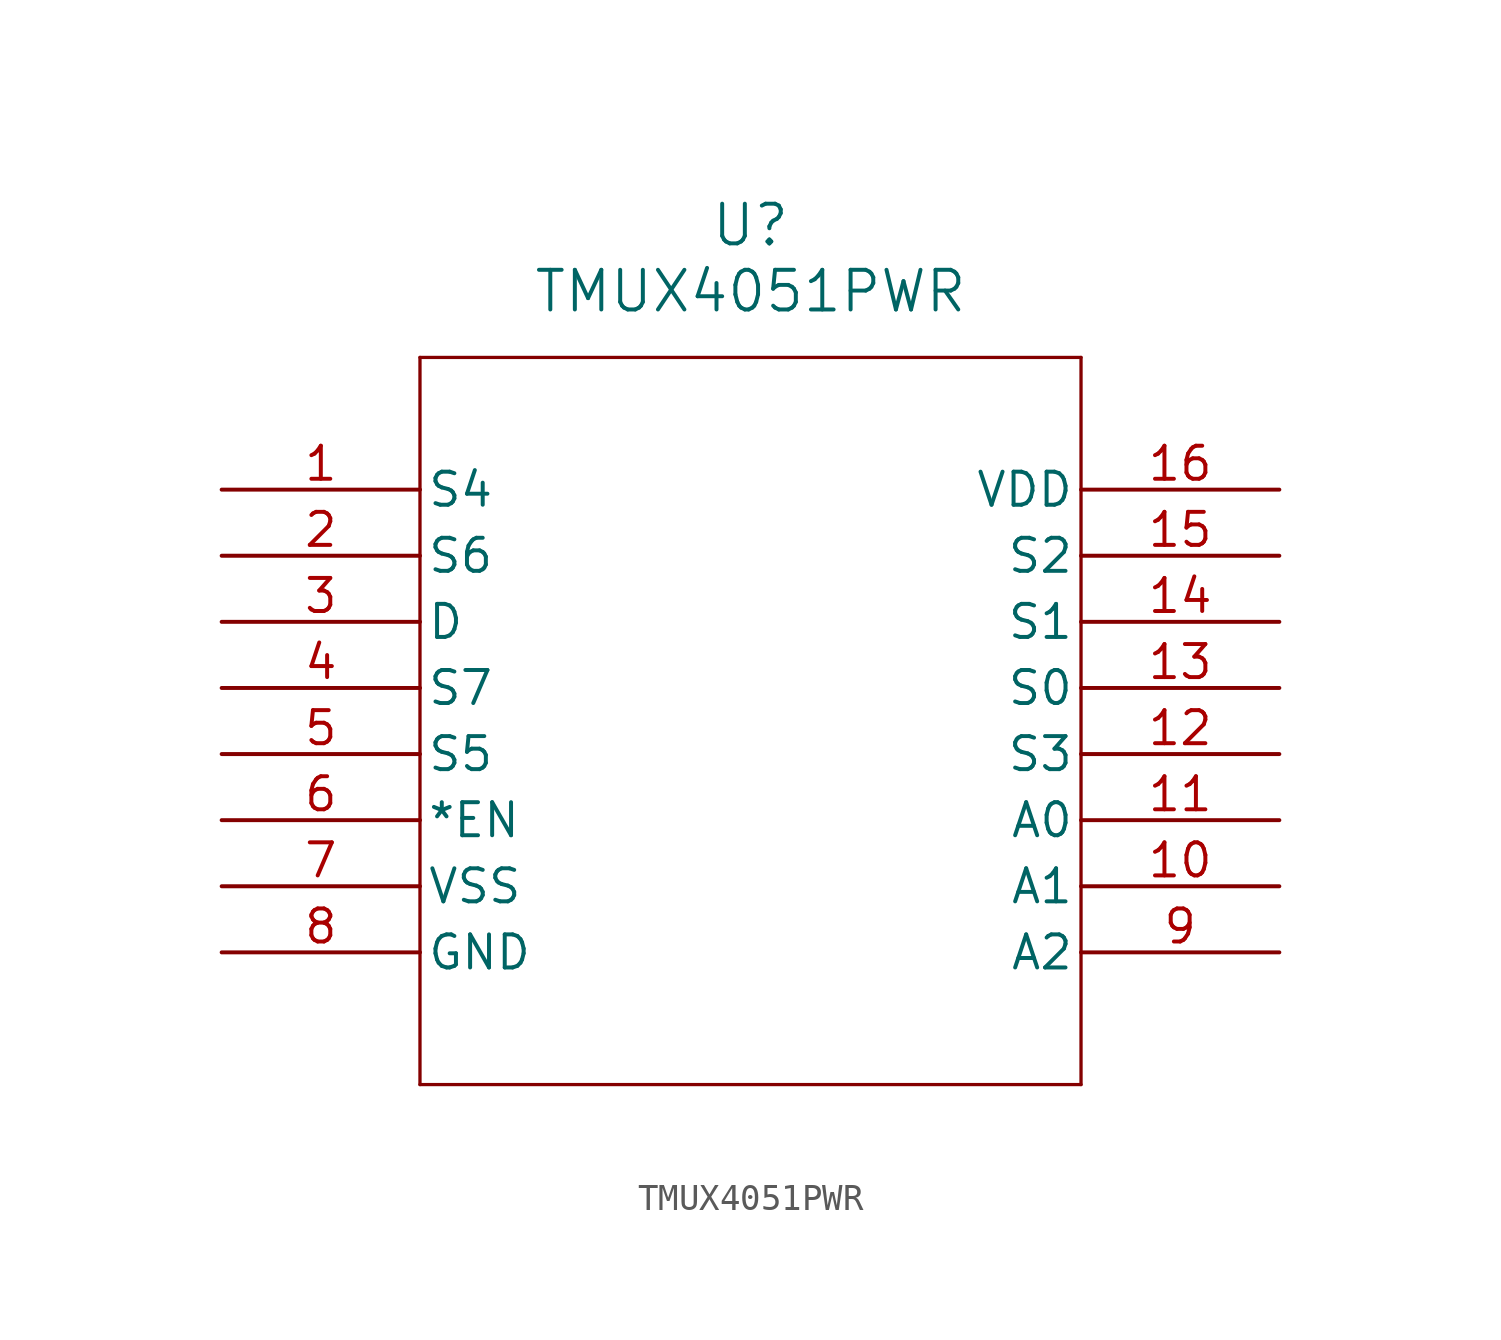
<source format=kicad_sym>
(kicad_symbol_lib
  (version 20211014)
  (generator kicad_symbol_editor)
  (symbol "TMUX4051PWR"
    (pin_names
      (offset 0.254))
    (property "Reference" "U"
      (at 20.32 10.16 0)
      (effects (font (size 1.524 1.524))))
    (property "Value" "TMUX4051PWR"
      (at 20.32 7.62 0)
      (effects (font (size 1.524 1.524))))
    (symbol "TMUX4051PWR_0_1"
      (polyline (pts (xy 7.62 5.08) (xy 7.62 -22.86)) (stroke (width 0.127) (type default) (color 0 0 0 0)) (fill (type none)))
      (polyline (pts (xy 7.62 -22.86) (xy 33.02 -22.86)) (stroke (width 0.127) (type default) (color 0 0 0 0)) (fill (type none)))
      (polyline (pts (xy 33.02 -22.86) (xy 33.02 5.08)) (stroke (width 0.127) (type default) (color 0 0 0 0)) (fill (type none)))
      (polyline (pts (xy 33.02 5.08) (xy 7.62 5.08)) (stroke (width 0.127) (type default) (color 0 0 0 0)) (fill (type none)))
      (pin bidirectional line (at 0 0 0) (length 7.62) (name "S4" (effects (font (size 1.27 1.27)))) (number "1" (effects (font (size 1.27 1.27)))))
      (pin bidirectional line (at 0 -2.54 0) (length 7.62) (name "S6" (effects (font (size 1.27 1.27)))) (number "2" (effects (font (size 1.27 1.27)))))
      (pin bidirectional line (at 0 -5.08 0) (length 7.62) (name "D" (effects (font (size 1.27 1.27)))) (number "3" (effects (font (size 1.27 1.27)))))
      (pin bidirectional line (at 0 -7.62 0) (length 7.62) (name "S7" (effects (font (size 1.27 1.27)))) (number "4" (effects (font (size 1.27 1.27)))))
      (pin bidirectional line (at 0 -10.16 0) (length 7.62) (name "S5" (effects (font (size 1.27 1.27)))) (number "5" (effects (font (size 1.27 1.27)))))
      (pin input line (at 0 -12.7 0) (length 7.62) (name "*EN" (effects (font (size 1.27 1.27)))) (number "6" (effects (font (size 1.27 1.27)))))
      (pin power_out line (at 0 -15.24 0) (length 7.62) (name "VSS" (effects (font (size 1.27 1.27)))) (number "7" (effects (font (size 1.27 1.27)))))
      (pin power_out line (at 0 -17.78 0) (length 7.62) (name "GND" (effects (font (size 1.27 1.27)))) (number "8" (effects (font (size 1.27 1.27)))))
      (pin input line (at 40.64 -17.78 180) (length 7.62) (name "A2" (effects (font (size 1.27 1.27)))) (number "9" (effects (font (size 1.27 1.27)))))
      (pin input line (at 40.64 -15.24 180) (length 7.62) (name "A1" (effects (font (size 1.27 1.27)))) (number "10" (effects (font (size 1.27 1.27)))))
      (pin input line (at 40.64 -12.7 180) (length 7.62) (name "A0" (effects (font (size 1.27 1.27)))) (number "11" (effects (font (size 1.27 1.27)))))
      (pin bidirectional line (at 40.64 -10.16 180) (length 7.62) (name "S3" (effects (font (size 1.27 1.27)))) (number "12" (effects (font (size 1.27 1.27)))))
      (pin bidirectional line (at 40.64 -7.62 180) (length 7.62) (name "S0" (effects (font (size 1.27 1.27)))) (number "13" (effects (font (size 1.27 1.27)))))
      (pin bidirectional line (at 40.64 -5.08 180) (length 7.62) (name "S1" (effects (font (size 1.27 1.27)))) (number "14" (effects (font (size 1.27 1.27)))))
      (pin bidirectional line (at 40.64 -2.54 180) (length 7.62) (name "S2" (effects (font (size 1.27 1.27)))) (number "15" (effects (font (size 1.27 1.27)))))
      (pin power_in line (at 40.64 0 180) (length 7.62) (name "VDD" (effects (font (size 1.27 1.27)))) (number "16" (effects (font (size 1.27 1.27))))))))
</source>
